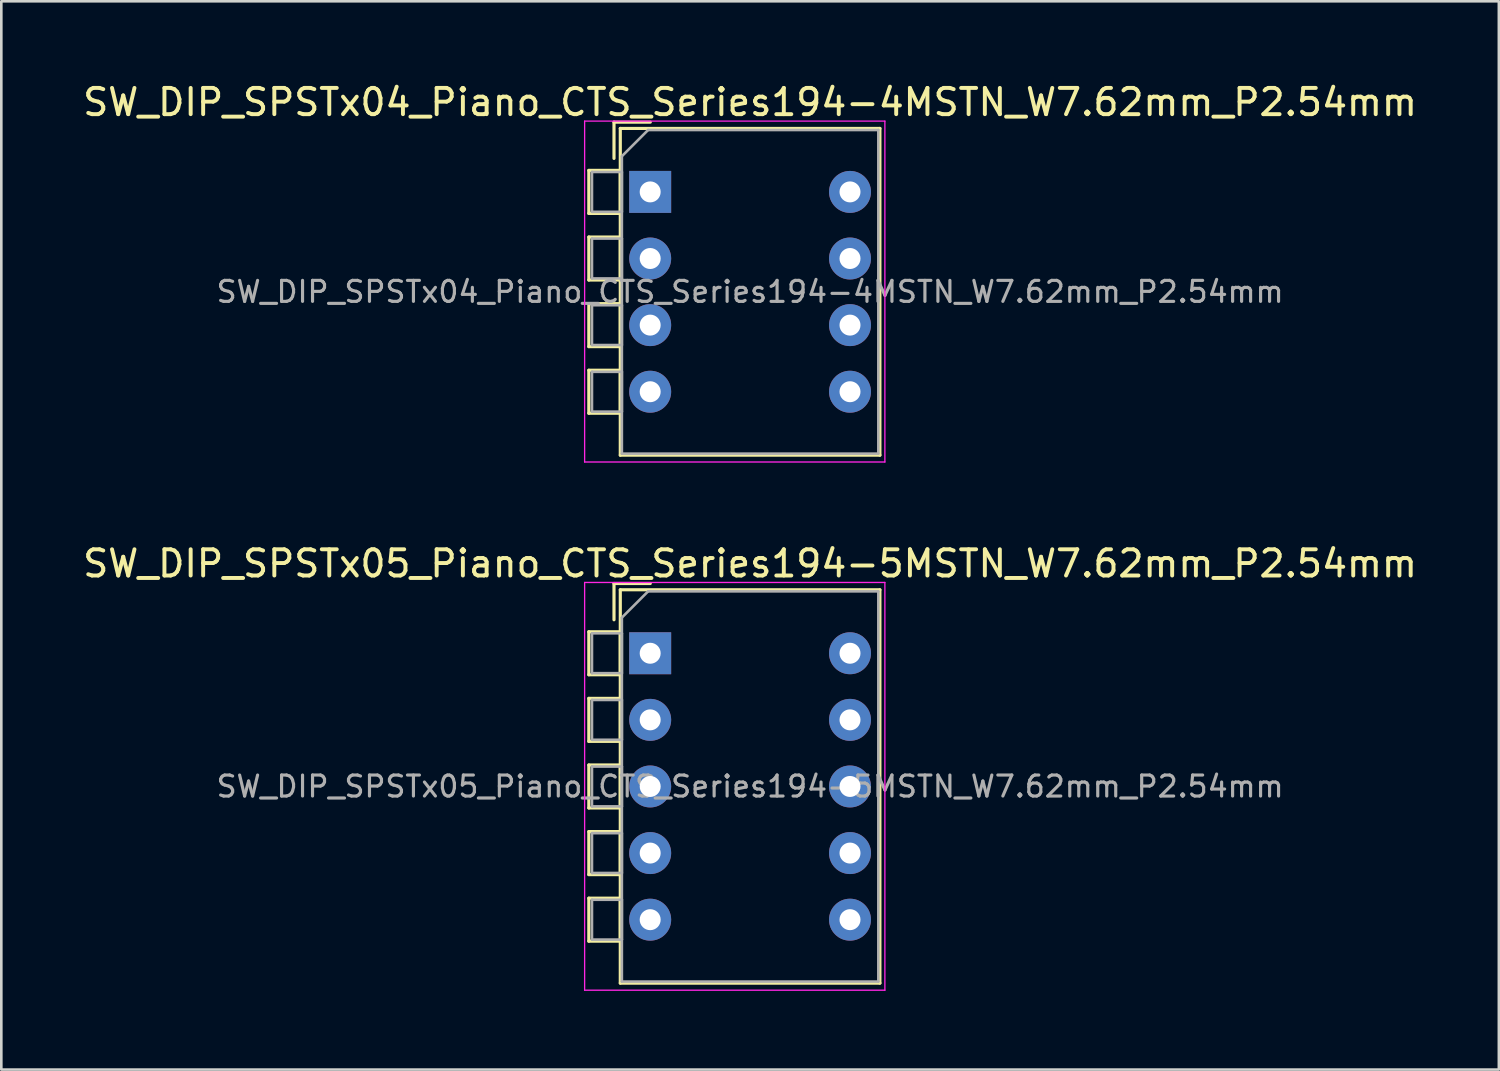
<source format=kicad_pcb>
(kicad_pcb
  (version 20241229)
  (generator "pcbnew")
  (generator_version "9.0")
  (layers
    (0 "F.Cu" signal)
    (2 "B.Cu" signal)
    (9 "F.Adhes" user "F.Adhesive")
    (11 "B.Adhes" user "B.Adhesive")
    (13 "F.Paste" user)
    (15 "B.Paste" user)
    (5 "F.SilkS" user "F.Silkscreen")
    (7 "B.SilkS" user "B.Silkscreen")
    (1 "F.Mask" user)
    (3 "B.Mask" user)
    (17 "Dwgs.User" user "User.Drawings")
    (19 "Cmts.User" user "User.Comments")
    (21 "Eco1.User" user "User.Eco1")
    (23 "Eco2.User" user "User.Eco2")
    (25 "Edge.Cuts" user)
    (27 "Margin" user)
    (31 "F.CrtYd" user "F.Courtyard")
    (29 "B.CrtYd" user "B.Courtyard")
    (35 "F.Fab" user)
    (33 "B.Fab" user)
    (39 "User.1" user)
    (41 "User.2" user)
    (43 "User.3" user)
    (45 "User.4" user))
  (footprint "SW_DIP_SPSTx04_Piano_CTS_Series194-4MSTN_W7.62mm_P2.54mm"
    (layer "F.Cu")
    (at 21.744 4.268)
    (property "Reference" "SW_DIP_SPSTx04_Piano_CTS_Series194-4MSTN_W7.62mm_P2.54mm" (at 3.81 -3.42 0) (layer "F.SilkS") (effects (font (size 1 1) (thickness 0.15))))
    (attr through_hole)
    (fp_line (start -2.34 -0.82) (end -2.34 0.82) (stroke (width 0.12) (type solid)) (layer "F.SilkS"))
    (fp_line (start -2.34 -0.82) (end -1.14 -0.82) (stroke (width 0.12) (type solid)) (layer "F.SilkS"))
    (fp_line (start -2.34 0.82) (end -1.14 0.82) (stroke (width 0.12) (type solid)) (layer "F.SilkS"))
    (fp_line (start -2.34 1.72) (end -2.34 3.361) (stroke (width 0.12) (type solid)) (layer "F.SilkS"))
    (fp_line (start -2.34 1.72) (end -1.14 1.72) (stroke (width 0.12) (type solid)) (layer "F.SilkS"))
    (fp_line (start -2.34 3.361) (end -1.14 3.361) (stroke (width 0.12) (type solid)) (layer "F.SilkS"))
    (fp_line (start -2.34 4.261) (end -2.34 5.9) (stroke (width 0.12) (type solid)) (layer "F.SilkS"))
    (fp_line (start -2.34 4.261) (end -1.14 4.261) (stroke (width 0.12) (type solid)) (layer "F.SilkS"))
    (fp_line (start -2.34 5.9) (end -1.14 5.9) (stroke (width 0.12) (type solid)) (layer "F.SilkS"))
    (fp_line (start -2.34 6.801) (end -2.34 8.441) (stroke (width 0.12) (type solid)) (layer "F.SilkS"))
    (fp_line (start -2.34 6.801) (end -1.14 6.801) (stroke (width 0.12) (type solid)) (layer "F.SilkS"))
    (fp_line (start -2.34 8.441) (end -1.14 8.441) (stroke (width 0.12) (type solid)) (layer "F.SilkS"))
    (fp_line (start -1.38 -2.66) (end -1.38 -1.277) (stroke (width 0.12) (type solid)) (layer "F.SilkS"))
    (fp_line (start -1.38 -2.66) (end 0.004 -2.66) (stroke (width 0.12) (type solid)) (layer "F.SilkS"))
    (fp_line (start -1.14 -2.42) (end -1.14 10.04) (stroke (width 0.12) (type solid)) (layer "F.SilkS"))
    (fp_line (start -1.14 -2.42) (end 8.76 -2.42) (stroke (width 0.12) (type solid)) (layer "F.SilkS"))
    (fp_line (start -1.14 -0.82) (end -1.14 0.82) (stroke (width 0.12) (type solid)) (layer "F.SilkS"))
    (fp_line (start -1.14 1.72) (end -1.14 3.361) (stroke (width 0.12) (type solid)) (layer "F.SilkS"))
    (fp_line (start -1.14 4.261) (end -1.14 5.9) (stroke (width 0.12) (type solid)) (layer "F.SilkS"))
    (fp_line (start -1.14 6.801) (end -1.14 8.441) (stroke (width 0.12) (type solid)) (layer "F.SilkS"))
    (fp_line (start -1.14 10.04) (end 8.76 10.04) (stroke (width 0.12) (type solid)) (layer "F.SilkS"))
    (fp_line (start 8.76 -2.42) (end 8.76 10.04) (stroke (width 0.12) (type solid)) (layer "F.SilkS"))
    (fp_line (start -2.5 -2.7) (end -2.5 10.3) (stroke (width 0.05) (type solid)) (layer "F.CrtYd"))
    (fp_line (start -2.5 10.3) (end 8.95 10.3) (stroke (width 0.05) (type solid)) (layer "F.CrtYd"))
    (fp_line (start 8.95 -2.7) (end -2.5 -2.7) (stroke (width 0.05) (type solid)) (layer "F.CrtYd"))
    (fp_line (start 8.95 10.3) (end 8.95 -2.7) (stroke (width 0.05) (type solid)) (layer "F.CrtYd"))
    (fp_line (start -2.22 -0.76) (end -1.08 -0.76) (stroke (width 0.1) (type solid)) (layer "F.Fab"))
    (fp_line (start -2.22 0.76) (end -2.22 -0.76) (stroke (width 0.1) (type solid)) (layer "F.Fab"))
    (fp_line (start -2.22 1.78) (end -1.08 1.78) (stroke (width 0.1) (type solid)) (layer "F.Fab"))
    (fp_line (start -2.22 3.3) (end -2.22 1.78) (stroke (width 0.1) (type solid)) (layer "F.Fab"))
    (fp_line (start -2.22 4.32) (end -1.08 4.32) (stroke (width 0.1) (type solid)) (layer "F.Fab"))
    (fp_line (start -2.22 5.84) (end -2.22 4.32) (stroke (width 0.1) (type solid)) (layer "F.Fab"))
    (fp_line (start -2.22 6.86) (end -1.08 6.86) (stroke (width 0.1) (type solid)) (layer "F.Fab"))
    (fp_line (start -2.22 8.38) (end -2.22 6.86) (stroke (width 0.1) (type solid)) (layer "F.Fab"))
    (fp_line (start -1.08 -1.36) (end -0.08 -2.36) (stroke (width 0.1) (type solid)) (layer "F.Fab"))
    (fp_line (start -1.08 -0.76) (end -1.08 0.76) (stroke (width 0.1) (type solid)) (layer "F.Fab"))
    (fp_line (start -1.08 0.76) (end -2.22 0.76) (stroke (width 0.1) (type solid)) (layer "F.Fab"))
    (fp_line (start -1.08 1.78) (end -1.08 3.3) (stroke (width 0.1) (type solid)) (layer "F.Fab"))
    (fp_line (start -1.08 3.3) (end -2.22 3.3) (stroke (width 0.1) (type solid)) (layer "F.Fab"))
    (fp_line (start -1.08 4.32) (end -1.08 5.84) (stroke (width 0.1) (type solid)) (layer "F.Fab"))
    (fp_line (start -1.08 5.84) (end -2.22 5.84) (stroke (width 0.1) (type solid)) (layer "F.Fab"))
    (fp_line (start -1.08 6.86) (end -1.08 8.38) (stroke (width 0.1) (type solid)) (layer "F.Fab"))
    (fp_line (start -1.08 8.38) (end -2.22 8.38) (stroke (width 0.1) (type solid)) (layer "F.Fab"))
    (fp_line (start -1.08 9.98) (end -1.08 -1.36) (stroke (width 0.1) (type solid)) (layer "F.Fab"))
    (fp_line (start -0.08 -2.36) (end 8.7 -2.36) (stroke (width 0.1) (type solid)) (layer "F.Fab"))
    (fp_line (start 8.7 -2.36) (end 8.7 9.98) (stroke (width 0.1) (type solid)) (layer "F.Fab"))
    (fp_line (start 8.7 9.98) (end -1.08 9.98) (stroke (width 0.1) (type solid)) (layer "F.Fab"))
    (fp_text user "${REFERENCE}" (at 3.81 3.81 0) (layer "F.Fab") (effects (font (size 0.8 0.8) (thickness 0.12))))
    (pad "1" thru_hole rect (at 0 0) (size 1.6 1.6) (drill 0.8) (layers "*.Cu" "*.Mask"))
    (pad "2" thru_hole oval (at 0 2.54) (size 1.6 1.6) (drill 0.8) (layers "*.Cu" "*.Mask"))
    (pad "3" thru_hole oval (at 0 5.08) (size 1.6 1.6) (drill 0.8) (layers "*.Cu" "*.Mask"))
    (pad "4" thru_hole oval (at 0 7.62) (size 1.6 1.6) (drill 0.8) (layers "*.Cu" "*.Mask"))
    (pad "5" thru_hole oval (at 7.62 7.62) (size 1.6 1.6) (drill 0.8) (layers "*.Cu" "*.Mask"))
    (pad "6" thru_hole oval (at 7.62 5.08) (size 1.6 1.6) (drill 0.8) (layers "*.Cu" "*.Mask"))
    (pad "7" thru_hole oval (at 7.62 2.54) (size 1.6 1.6) (drill 0.8) (layers "*.Cu" "*.Mask"))
    (pad "8" thru_hole oval (at 7.62 0) (size 1.6 1.6) (drill 0.8) (layers "*.Cu" "*.Mask")))
  (footprint "SW_DIP_SPSTx05_Piano_CTS_Series194-5MSTN_W7.62mm_P2.54mm"
    (layer "F.Cu")
    (at 21.744 21.861)
    (property "Reference" "SW_DIP_SPSTx05_Piano_CTS_Series194-5MSTN_W7.62mm_P2.54mm" (at 3.81 -3.42 0) (layer "F.SilkS") (effects (font (size 1 1) (thickness 0.15))))
    (attr through_hole)
    (fp_line (start -2.34 -0.82) (end -2.34 0.82) (stroke (width 0.12) (type solid)) (layer "F.SilkS"))
    (fp_line (start -2.34 -0.82) (end -1.14 -0.82) (stroke (width 0.12) (type solid)) (layer "F.SilkS"))
    (fp_line (start -2.34 0.82) (end -1.14 0.82) (stroke (width 0.12) (type solid)) (layer "F.SilkS"))
    (fp_line (start -2.34 1.72) (end -2.34 3.361) (stroke (width 0.12) (type solid)) (layer "F.SilkS"))
    (fp_line (start -2.34 1.72) (end -1.14 1.72) (stroke (width 0.12) (type solid)) (layer "F.SilkS"))
    (fp_line (start -2.34 3.361) (end -1.14 3.361) (stroke (width 0.12) (type solid)) (layer "F.SilkS"))
    (fp_line (start -2.34 4.261) (end -2.34 5.9) (stroke (width 0.12) (type solid)) (layer "F.SilkS"))
    (fp_line (start -2.34 4.261) (end -1.14 4.261) (stroke (width 0.12) (type solid)) (layer "F.SilkS"))
    (fp_line (start -2.34 5.9) (end -1.14 5.9) (stroke (width 0.12) (type solid)) (layer "F.SilkS"))
    (fp_line (start -2.34 6.801) (end -2.34 8.441) (stroke (width 0.12) (type solid)) (layer "F.SilkS"))
    (fp_line (start -2.34 6.801) (end -1.14 6.801) (stroke (width 0.12) (type solid)) (layer "F.SilkS"))
    (fp_line (start -2.34 8.441) (end -1.14 8.441) (stroke (width 0.12) (type solid)) (layer "F.SilkS"))
    (fp_line (start -2.34 9.34) (end -2.34 10.98) (stroke (width 0.12) (type solid)) (layer "F.SilkS"))
    (fp_line (start -2.34 9.34) (end -1.14 9.34) (stroke (width 0.12) (type solid)) (layer "F.SilkS"))
    (fp_line (start -2.34 10.98) (end -1.14 10.98) (stroke (width 0.12) (type solid)) (layer "F.SilkS"))
    (fp_line (start -1.38 -2.66) (end -1.38 -1.277) (stroke (width 0.12) (type solid)) (layer "F.SilkS"))
    (fp_line (start -1.38 -2.66) (end 0.004 -2.66) (stroke (width 0.12) (type solid)) (layer "F.SilkS"))
    (fp_line (start -1.14 -2.42) (end -1.14 12.58) (stroke (width 0.12) (type solid)) (layer "F.SilkS"))
    (fp_line (start -1.14 -2.42) (end 8.76 -2.42) (stroke (width 0.12) (type solid)) (layer "F.SilkS"))
    (fp_line (start -1.14 -0.82) (end -1.14 0.82) (stroke (width 0.12) (type solid)) (layer "F.SilkS"))
    (fp_line (start -1.14 1.72) (end -1.14 3.361) (stroke (width 0.12) (type solid)) (layer "F.SilkS"))
    (fp_line (start -1.14 4.261) (end -1.14 5.9) (stroke (width 0.12) (type solid)) (layer "F.SilkS"))
    (fp_line (start -1.14 6.801) (end -1.14 8.441) (stroke (width 0.12) (type solid)) (layer "F.SilkS"))
    (fp_line (start -1.14 9.34) (end -1.14 10.98) (stroke (width 0.12) (type solid)) (layer "F.SilkS"))
    (fp_line (start -1.14 12.58) (end 8.76 12.58) (stroke (width 0.12) (type solid)) (layer "F.SilkS"))
    (fp_line (start 8.76 -2.42) (end 8.76 12.58) (stroke (width 0.12) (type solid)) (layer "F.SilkS"))
    (fp_line (start -2.5 -2.7) (end -2.5 12.85) (stroke (width 0.05) (type solid)) (layer "F.CrtYd"))
    (fp_line (start -2.5 12.85) (end 8.95 12.85) (stroke (width 0.05) (type solid)) (layer "F.CrtYd"))
    (fp_line (start 8.95 -2.7) (end -2.5 -2.7) (stroke (width 0.05) (type solid)) (layer "F.CrtYd"))
    (fp_line (start 8.95 12.85) (end 8.95 -2.7) (stroke (width 0.05) (type solid)) (layer "F.CrtYd"))
    (fp_line (start -2.22 -0.76) (end -1.08 -0.76) (stroke (width 0.1) (type solid)) (layer "F.Fab"))
    (fp_line (start -2.22 0.76) (end -2.22 -0.76) (stroke (width 0.1) (type solid)) (layer "F.Fab"))
    (fp_line (start -2.22 1.78) (end -1.08 1.78) (stroke (width 0.1) (type solid)) (layer "F.Fab"))
    (fp_line (start -2.22 3.3) (end -2.22 1.78) (stroke (width 0.1) (type solid)) (layer "F.Fab"))
    (fp_line (start -2.22 4.32) (end -1.08 4.32) (stroke (width 0.1) (type solid)) (layer "F.Fab"))
    (fp_line (start -2.22 5.84) (end -2.22 4.32) (stroke (width 0.1) (type solid)) (layer "F.Fab"))
    (fp_line (start -2.22 6.86) (end -1.08 6.86) (stroke (width 0.1) (type solid)) (layer "F.Fab"))
    (fp_line (start -2.22 8.38) (end -2.22 6.86) (stroke (width 0.1) (type solid)) (layer "F.Fab"))
    (fp_line (start -2.22 9.4) (end -1.08 9.4) (stroke (width 0.1) (type solid)) (layer "F.Fab"))
    (fp_line (start -2.22 10.92) (end -2.22 9.4) (stroke (width 0.1) (type solid)) (layer "F.Fab"))
    (fp_line (start -1.08 -1.36) (end -0.08 -2.36) (stroke (width 0.1) (type solid)) (layer "F.Fab"))
    (fp_line (start -1.08 -0.76) (end -1.08 0.76) (stroke (width 0.1) (type solid)) (layer "F.Fab"))
    (fp_line (start -1.08 0.76) (end -2.22 0.76) (stroke (width 0.1) (type solid)) (layer "F.Fab"))
    (fp_line (start -1.08 1.78) (end -1.08 3.3) (stroke (width 0.1) (type solid)) (layer "F.Fab"))
    (fp_line (start -1.08 3.3) (end -2.22 3.3) (stroke (width 0.1) (type solid)) (layer "F.Fab"))
    (fp_line (start -1.08 4.32) (end -1.08 5.84) (stroke (width 0.1) (type solid)) (layer "F.Fab"))
    (fp_line (start -1.08 5.84) (end -2.22 5.84) (stroke (width 0.1) (type solid)) (layer "F.Fab"))
    (fp_line (start -1.08 6.86) (end -1.08 8.38) (stroke (width 0.1) (type solid)) (layer "F.Fab"))
    (fp_line (start -1.08 8.38) (end -2.22 8.38) (stroke (width 0.1) (type solid)) (layer "F.Fab"))
    (fp_line (start -1.08 9.4) (end -1.08 10.92) (stroke (width 0.1) (type solid)) (layer "F.Fab"))
    (fp_line (start -1.08 10.92) (end -2.22 10.92) (stroke (width 0.1) (type solid)) (layer "F.Fab"))
    (fp_line (start -1.08 12.52) (end -1.08 -1.36) (stroke (width 0.1) (type solid)) (layer "F.Fab"))
    (fp_line (start -0.08 -2.36) (end 8.7 -2.36) (stroke (width 0.1) (type solid)) (layer "F.Fab"))
    (fp_line (start 8.7 -2.36) (end 8.7 12.52) (stroke (width 0.1) (type solid)) (layer "F.Fab"))
    (fp_line (start 8.7 12.52) (end -1.08 12.52) (stroke (width 0.1) (type solid)) (layer "F.Fab"))
    (fp_text user "${REFERENCE}" (at 3.81 5.08 0) (layer "F.Fab") (effects (font (size 0.8 0.8) (thickness 0.12))))
    (pad "1" thru_hole rect (at 0 0) (size 1.6 1.6) (drill 0.8) (layers "*.Cu" "*.Mask"))
    (pad "2" thru_hole oval (at 0 2.54) (size 1.6 1.6) (drill 0.8) (layers "*.Cu" "*.Mask"))
    (pad "3" thru_hole oval (at 0 5.08) (size 1.6 1.6) (drill 0.8) (layers "*.Cu" "*.Mask"))
    (pad "4" thru_hole oval (at 0 7.62) (size 1.6 1.6) (drill 0.8) (layers "*.Cu" "*.Mask"))
    (pad "5" thru_hole oval (at 0 10.16) (size 1.6 1.6) (drill 0.8) (layers "*.Cu" "*.Mask"))
    (pad "6" thru_hole oval (at 7.62 10.16) (size 1.6 1.6) (drill 0.8) (layers "*.Cu" "*.Mask"))
    (pad "7" thru_hole oval (at 7.62 7.62) (size 1.6 1.6) (drill 0.8) (layers "*.Cu" "*.Mask"))
    (pad "8" thru_hole oval (at 7.62 5.08) (size 1.6 1.6) (drill 0.8) (layers "*.Cu" "*.Mask"))
    (pad "9" thru_hole oval (at 7.62 2.54) (size 1.6 1.6) (drill 0.8) (layers "*.Cu" "*.Mask"))
    (pad "10" thru_hole oval (at 7.62 0) (size 1.6 1.6) (drill 0.8) (layers "*.Cu" "*.Mask")))
  (gr_rect
    (start -3 -3)
    (end 54.107 37.736)
    (stroke (width 0.1) (type default))
    (fill no)
    (layer "Edge.Cuts")))
</source>
